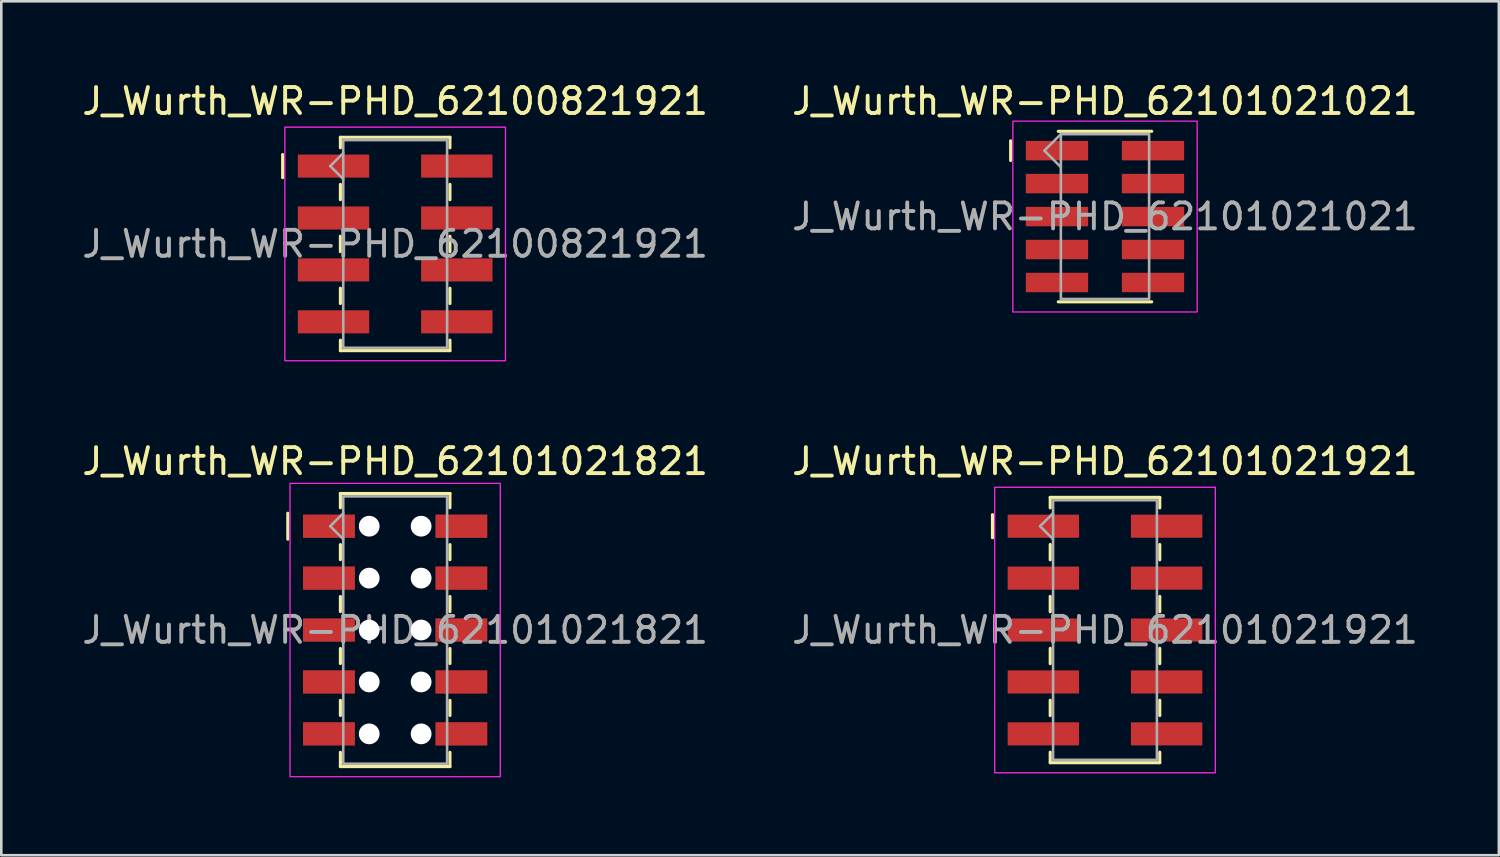
<source format=kicad_pcb>
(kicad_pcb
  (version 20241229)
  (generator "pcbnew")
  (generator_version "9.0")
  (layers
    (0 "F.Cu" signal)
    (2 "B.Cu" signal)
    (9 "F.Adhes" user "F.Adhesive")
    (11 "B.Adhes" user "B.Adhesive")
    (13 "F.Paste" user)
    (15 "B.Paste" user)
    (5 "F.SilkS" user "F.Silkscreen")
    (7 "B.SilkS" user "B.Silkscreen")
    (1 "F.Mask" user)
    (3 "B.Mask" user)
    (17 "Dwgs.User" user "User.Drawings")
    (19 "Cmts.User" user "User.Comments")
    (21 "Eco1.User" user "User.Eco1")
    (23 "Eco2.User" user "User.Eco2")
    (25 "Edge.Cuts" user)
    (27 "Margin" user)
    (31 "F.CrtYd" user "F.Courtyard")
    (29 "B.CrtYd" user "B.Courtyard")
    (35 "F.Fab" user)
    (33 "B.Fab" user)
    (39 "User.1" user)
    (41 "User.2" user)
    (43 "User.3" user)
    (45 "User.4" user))
  (footprint "J_Wurth_WR-PHD_62101021921"
    (layer "F.Cu")
    (at 39.518 21.221)
    (property "Reference" "J_Wurth_WR-PHD_62101021921" (at 0 -6.5 0) (unlocked yes) (layer "F.SilkS") (effects (font (size 1 1) (thickness 0.15))))
    (attr smd)
    (fp_line (start -4.335 -4.445) (end -4.335 -3.555) (stroke (width 0.12) (type solid)) (layer "F.SilkS"))
    (fp_line (start -2.11 -5.11) (end -2.11 -4.705) (stroke (width 0.12) (type solid)) (layer "F.SilkS"))
    (fp_line (start -2.11 -3.295) (end -2.11 -2.705) (stroke (width 0.12) (type solid)) (layer "F.SilkS"))
    (fp_line (start -2.11 -1.295) (end -2.11 -0.705) (stroke (width 0.12) (type solid)) (layer "F.SilkS"))
    (fp_line (start -2.11 0.705) (end -2.11 1.295) (stroke (width 0.12) (type solid)) (layer "F.SilkS"))
    (fp_line (start -2.11 2.705) (end -2.11 3.295) (stroke (width 0.12) (type solid)) (layer "F.SilkS"))
    (fp_line (start -2.11 4.705) (end -2.11 5.11) (stroke (width 0.12) (type solid)) (layer "F.SilkS"))
    (fp_line (start 2.11 -5.11) (end -2.11 -5.11) (stroke (width 0.12) (type solid)) (layer "F.SilkS"))
    (fp_line (start 2.11 -5.11) (end 2.11 -4.705) (stroke (width 0.12) (type solid)) (layer "F.SilkS"))
    (fp_line (start 2.11 -3.295) (end 2.11 -2.705) (stroke (width 0.12) (type solid)) (layer "F.SilkS"))
    (fp_line (start 2.11 -1.295) (end 2.11 -0.705) (stroke (width 0.12) (type solid)) (layer "F.SilkS"))
    (fp_line (start 2.11 0.705) (end 2.11 1.295) (stroke (width 0.12) (type solid)) (layer "F.SilkS"))
    (fp_line (start 2.11 2.705) (end 2.11 3.295) (stroke (width 0.12) (type solid)) (layer "F.SilkS"))
    (fp_line (start 2.11 4.705) (end 2.11 5.11) (stroke (width 0.12) (type solid)) (layer "F.SilkS"))
    (fp_line (start 2.11 5.11) (end -2.11 5.11) (stroke (width 0.12) (type solid)) (layer "F.SilkS"))
    (fp_rect (start -4.25 -5.5) (end 4.25 5.5) (stroke (width 0.05) (type solid)) (fill no) (layer "F.CrtYd"))
    (fp_line (start -2.5 -4) (end -2 -3.5) (stroke (width 0.1) (type default)) (layer "F.Fab"))
    (fp_line (start -2 -4.5) (end -2.5 -4) (stroke (width 0.1) (type default)) (layer "F.Fab"))
    (fp_rect (start -2 -5) (end 2 5) (stroke (width 0.1) (type solid)) (fill no) (layer "F.Fab"))
    (fp_text user "${REFERENCE}" (at 0 0 0) (unlocked yes) (layer "F.Fab") (effects (font (size 1 1) (thickness 0.15))))
    (pad "1" smd rect (at -2.375 -4 270) (size 0.89 2.75) (layers "F.Cu" "F.Mask" "F.Paste"))
    (pad "2" smd rect (at 2.375 -4 270) (size 0.89 2.75) (layers "F.Cu" "F.Mask" "F.Paste"))
    (pad "3" smd rect (at -2.375 -2 270) (size 0.89 2.75) (layers "F.Cu" "F.Mask" "F.Paste"))
    (pad "4" smd rect (at 2.375 -2 270) (size 0.89 2.75) (layers "F.Cu" "F.Mask" "F.Paste"))
    (pad "5" smd rect (at -2.375 0 270) (size 0.89 2.75) (layers "F.Cu" "F.Mask" "F.Paste"))
    (pad "6" smd rect (at 2.375 0 270) (size 0.89 2.75) (layers "F.Cu" "F.Mask" "F.Paste"))
    (pad "7" smd rect (at -2.375 2 270) (size 0.89 2.75) (layers "F.Cu" "F.Mask" "F.Paste"))
    (pad "8" smd rect (at 2.375 2 270) (size 0.89 2.75) (layers "F.Cu" "F.Mask" "F.Paste"))
    (pad "9" smd rect (at -2.375 4 270) (size 0.89 2.75) (layers "F.Cu" "F.Mask" "F.Paste"))
    (pad "10" smd rect (at 2.375 4 270) (size 0.89 2.75) (layers "F.Cu" "F.Mask" "F.Paste")))
  (footprint "J_Wurth_WR-PHD_62100821921"
    (layer "F.Cu")
    (at 12.173 6.348)
    (property "Reference" "J_Wurth_WR-PHD_62100821921" (at 0 -5.5 0) (unlocked yes) (layer "F.SilkS") (effects (font (size 1 1) (thickness 0.15))))
    (attr smd)
    (fp_line (start -4.335 -3.445) (end -4.335 -2.555) (stroke (width 0.12) (type solid)) (layer "F.SilkS"))
    (fp_line (start -2.11 -4.11) (end -2.11 -3.705) (stroke (width 0.12) (type solid)) (layer "F.SilkS"))
    (fp_line (start -2.11 -2.295) (end -2.11 -1.705) (stroke (width 0.12) (type solid)) (layer "F.SilkS"))
    (fp_line (start -2.11 -0.295) (end -2.11 0.295) (stroke (width 0.12) (type solid)) (layer "F.SilkS"))
    (fp_line (start -2.11 1.705) (end -2.11 2.295) (stroke (width 0.12) (type solid)) (layer "F.SilkS"))
    (fp_line (start -2.11 3.705) (end -2.11 4.11) (stroke (width 0.12) (type solid)) (layer "F.SilkS"))
    (fp_line (start 2.11 -4.11) (end -2.11 -4.11) (stroke (width 0.12) (type solid)) (layer "F.SilkS"))
    (fp_line (start 2.11 -4.11) (end 2.11 -3.705) (stroke (width 0.12) (type solid)) (layer "F.SilkS"))
    (fp_line (start 2.11 -2.295) (end 2.11 -1.705) (stroke (width 0.12) (type solid)) (layer "F.SilkS"))
    (fp_line (start 2.11 -0.295) (end 2.11 0.295) (stroke (width 0.12) (type solid)) (layer "F.SilkS"))
    (fp_line (start 2.11 1.705) (end 2.11 2.295) (stroke (width 0.12) (type solid)) (layer "F.SilkS"))
    (fp_line (start 2.11 3.705) (end 2.11 4.11) (stroke (width 0.12) (type solid)) (layer "F.SilkS"))
    (fp_line (start 2.11 4.11) (end -2.11 4.11) (stroke (width 0.12) (type solid)) (layer "F.SilkS"))
    (fp_rect (start -4.25 -4.5) (end 4.25 4.5) (stroke (width 0.05) (type solid)) (fill no) (layer "F.CrtYd"))
    (fp_line (start -2.5 -3) (end -2 -2.5) (stroke (width 0.1) (type default)) (layer "F.Fab"))
    (fp_line (start -2 -3.5) (end -2.5 -3) (stroke (width 0.1) (type default)) (layer "F.Fab"))
    (fp_rect (start -2 -4) (end 2 4) (stroke (width 0.1) (type solid)) (fill no) (layer "F.Fab"))
    (fp_text user "${REFERENCE}" (at 0 0 0) (unlocked yes) (layer "F.Fab") (effects (font (size 1 1) (thickness 0.15))))
    (pad "1" smd rect (at -2.375 -3 270) (size 0.89 2.75) (layers "F.Cu" "F.Mask" "F.Paste"))
    (pad "2" smd rect (at 2.375 -3 270) (size 0.89 2.75) (layers "F.Cu" "F.Mask" "F.Paste"))
    (pad "3" smd rect (at -2.375 -1 270) (size 0.89 2.75) (layers "F.Cu" "F.Mask" "F.Paste"))
    (pad "4" smd rect (at 2.375 -1 270) (size 0.89 2.75) (layers "F.Cu" "F.Mask" "F.Paste"))
    (pad "5" smd rect (at -2.375 1 270) (size 0.89 2.75) (layers "F.Cu" "F.Mask" "F.Paste"))
    (pad "6" smd rect (at 2.375 1 270) (size 0.89 2.75) (layers "F.Cu" "F.Mask" "F.Paste"))
    (pad "7" smd rect (at -2.375 3 270) (size 0.89 2.75) (layers "F.Cu" "F.Mask" "F.Paste"))
    (pad "8" smd rect (at 2.375 3 270) (size 0.89 2.75) (layers "F.Cu" "F.Mask" "F.Paste")))
  (footprint "J_Wurth_WR-PHD_62101021021"
    (layer "F.Cu")
    (at 39.518 5.293)
    (property "Reference" "J_Wurth_WR-PHD_62101021021" (at 0 -4.445 0) (unlocked yes) (layer "F.SilkS") (effects (font (size 1 1) (thickness 0.15))))
    (attr smd)
    (fp_line (start -3.635 -2.92) (end -3.635 -2.16) (stroke (width 0.12) (type solid)) (layer "F.SilkS"))
    (fp_line (start 1.8 -3.285) (end -1.8 -3.285) (stroke (width 0.12) (type solid)) (layer "F.SilkS"))
    (fp_line (start 1.8 3.285) (end -1.8 3.285) (stroke (width 0.12) (type solid)) (layer "F.SilkS"))
    (fp_rect (start -3.55 -3.675) (end 3.55 3.675) (stroke (width 0.05) (type solid)) (fill no) (layer "F.CrtYd"))
    (fp_line (start -2.335 -2.54) (end -1.7 -1.905) (stroke (width 0.1) (type default)) (layer "F.Fab"))
    (fp_line (start -1.7 -3.175) (end -2.335 -2.54) (stroke (width 0.1) (type default)) (layer "F.Fab"))
    (fp_rect (start -1.7 -3.175) (end 1.7 3.175) (stroke (width 0.1) (type solid)) (fill no) (layer "F.Fab"))
    (fp_text user "${REFERENCE}" (at 0 0 0) (unlocked yes) (layer "F.Fab") (effects (font (size 1 1) (thickness 0.15))))
    (pad "1" smd rect (at -1.85 -2.54 270) (size 0.75 2.4) (layers "F.Cu" "F.Mask" "F.Paste"))
    (pad "2" smd rect (at 1.85 -2.54 270) (size 0.75 2.4) (layers "F.Cu" "F.Mask" "F.Paste"))
    (pad "3" smd rect (at -1.85 -1.27 270) (size 0.75 2.4) (layers "F.Cu" "F.Mask" "F.Paste"))
    (pad "4" smd rect (at 1.85 -1.27 270) (size 0.75 2.4) (layers "F.Cu" "F.Mask" "F.Paste"))
    (pad "5" smd rect (at -1.85 0 270) (size 0.75 2.4) (layers "F.Cu" "F.Mask" "F.Paste"))
    (pad "6" smd rect (at 1.85 0 270) (size 0.75 2.4) (layers "F.Cu" "F.Mask" "F.Paste"))
    (pad "7" smd rect (at -1.85 1.27 270) (size 0.75 2.4) (layers "F.Cu" "F.Mask" "F.Paste"))
    (pad "8" smd rect (at 1.85 1.27 270) (size 0.75 2.4) (layers "F.Cu" "F.Mask" "F.Paste"))
    (pad "9" smd rect (at -1.85 2.54 270) (size 0.75 2.4) (layers "F.Cu" "F.Mask" "F.Paste"))
    (pad "10" smd rect (at 1.85 2.54 270) (size 0.75 2.4) (layers "F.Cu" "F.Mask" "F.Paste")))
  (footprint "J_Wurth_WR-PHD_62101021821"
    (layer "F.Cu")
    (at 12.173 21.221)
    (property "Reference" "J_Wurth_WR-PHD_62101021821" (at 0 -6.5 0) (unlocked yes) (layer "F.SilkS") (effects (font (size 1 1) (thickness 0.15))))
    (attr smd)
    (fp_line (start -4.135 -4.5) (end -4.135 -3.5) (stroke (width 0.12) (type solid)) (layer "F.SilkS"))
    (fp_line (start -2.11 -5.26) (end -2.11 -4.71) (stroke (width 0.12) (type solid)) (layer "F.SilkS"))
    (fp_line (start -2.11 -3.29) (end -2.11 -2.71) (stroke (width 0.12) (type solid)) (layer "F.SilkS"))
    (fp_line (start -2.11 -1.29) (end -2.11 -0.71) (stroke (width 0.12) (type solid)) (layer "F.SilkS"))
    (fp_line (start -2.11 0.71) (end -2.11 1.29) (stroke (width 0.12) (type solid)) (layer "F.SilkS"))
    (fp_line (start -2.11 2.71) (end -2.11 3.29) (stroke (width 0.12) (type solid)) (layer "F.SilkS"))
    (fp_line (start -2.11 4.71) (end -2.11 5.26) (stroke (width 0.12) (type solid)) (layer "F.SilkS"))
    (fp_line (start -2.11 5.26) (end 2.11 5.26) (stroke (width 0.12) (type solid)) (layer "F.SilkS"))
    (fp_line (start 2.11 -5.26) (end -2.11 -5.26) (stroke (width 0.12) (type solid)) (layer "F.SilkS"))
    (fp_line (start 2.11 -5.26) (end 2.11 -4.71) (stroke (width 0.12) (type solid)) (layer "F.SilkS"))
    (fp_line (start 2.11 -3.29) (end 2.11 -2.71) (stroke (width 0.12) (type solid)) (layer "F.SilkS"))
    (fp_line (start 2.11 -1.29) (end 2.11 -0.71) (stroke (width 0.12) (type solid)) (layer "F.SilkS"))
    (fp_line (start 2.11 0.71) (end 2.11 1.29) (stroke (width 0.12) (type solid)) (layer "F.SilkS"))
    (fp_line (start 2.11 2.71) (end 2.11 3.29) (stroke (width 0.12) (type solid)) (layer "F.SilkS"))
    (fp_line (start 2.11 4.71) (end 2.11 5.26) (stroke (width 0.12) (type solid)) (layer "F.SilkS"))
    (fp_rect (start -4.05 -5.65) (end 4.05 5.65) (stroke (width 0.05) (type solid)) (fill no) (layer "F.CrtYd"))
    (fp_line (start -2.5 -4) (end -2 -3.5) (stroke (width 0.1) (type default)) (layer "F.Fab"))
    (fp_line (start -2 -4.5) (end -2.5 -4) (stroke (width 0.1) (type default)) (layer "F.Fab"))
    (fp_rect (start -2 -5.15) (end 2 5.15) (stroke (width 0.1) (type solid)) (fill no) (layer "F.Fab"))
    (fp_text user "${REFERENCE}" (at 0 0 0) (unlocked yes) (layer "F.Fab") (effects (font (size 1 1) (thickness 0.15))))
    (pad "" np_thru_hole circle (at -1 -4 270) (size 0.8 0.8) (drill 0.8) (layers "*.Cu" "*.Mask"))
    (pad "" np_thru_hole circle (at -1 -2 270) (size 0.8 0.8) (drill 0.8) (layers "*.Cu" "*.Mask"))
    (pad "" np_thru_hole circle (at -1 0 270) (size 0.8 0.8) (drill 0.8) (layers "*.Cu" "*.Mask"))
    (pad "" np_thru_hole circle (at -1 2 270) (size 0.8 0.8) (drill 0.8) (layers "*.Cu" "*.Mask"))
    (pad "" np_thru_hole circle (at -1 4 270) (size 0.8 0.8) (drill 0.8) (layers "*.Cu" "*.Mask"))
    (pad "" np_thru_hole circle (at 1 -4 270) (size 0.8 0.8) (drill 0.8) (layers "*.Cu" "*.Mask"))
    (pad "" np_thru_hole circle (at 1 -2 270) (size 0.8 0.8) (drill 0.8) (layers "*.Cu" "*.Mask"))
    (pad "" np_thru_hole circle (at 1 0 270) (size 0.8 0.8) (drill 0.8) (layers "*.Cu" "*.Mask"))
    (pad "" np_thru_hole circle (at 1 2 270) (size 0.8 0.8) (drill 0.8) (layers "*.Cu" "*.Mask"))
    (pad "" np_thru_hole circle (at 1 4 270) (size 0.8 0.8) (drill 0.8) (layers "*.Cu" "*.Mask"))
    (pad "1" smd rect (at -2.55 -4 270) (size 0.9 2) (layers "F.Cu" "F.Mask" "F.Paste"))
    (pad "2" smd rect (at 2.55 -4 270) (size 0.9 2) (layers "F.Cu" "F.Mask" "F.Paste"))
    (pad "3" smd rect (at -2.55 -2 270) (size 0.9 2) (layers "F.Cu" "F.Mask" "F.Paste"))
    (pad "4" smd rect (at 2.55 -2 270) (size 0.9 2) (layers "F.Cu" "F.Mask" "F.Paste"))
    (pad "5" smd rect (at -2.55 0 270) (size 0.9 2) (layers "F.Cu" "F.Mask" "F.Paste"))
    (pad "6" smd rect (at 2.55 0 270) (size 0.9 2) (layers "F.Cu" "F.Mask" "F.Paste"))
    (pad "7" smd rect (at -2.55 2 270) (size 0.9 2) (layers "F.Cu" "F.Mask" "F.Paste"))
    (pad "8" smd rect (at 2.55 2 270) (size 0.9 2) (layers "F.Cu" "F.Mask" "F.Paste"))
    (pad "9" smd rect (at -2.55 4 270) (size 0.9 2) (layers "F.Cu" "F.Mask" "F.Paste"))
    (pad "10" smd rect (at 2.55 4 270) (size 0.9 2) (layers "F.Cu" "F.Mask" "F.Paste")))
  (gr_rect
    (start -3 -3)
    (end 54.69 29.896)
    (stroke (width 0.1) (type default))
    (fill no)
    (layer "Edge.Cuts")))
</source>
